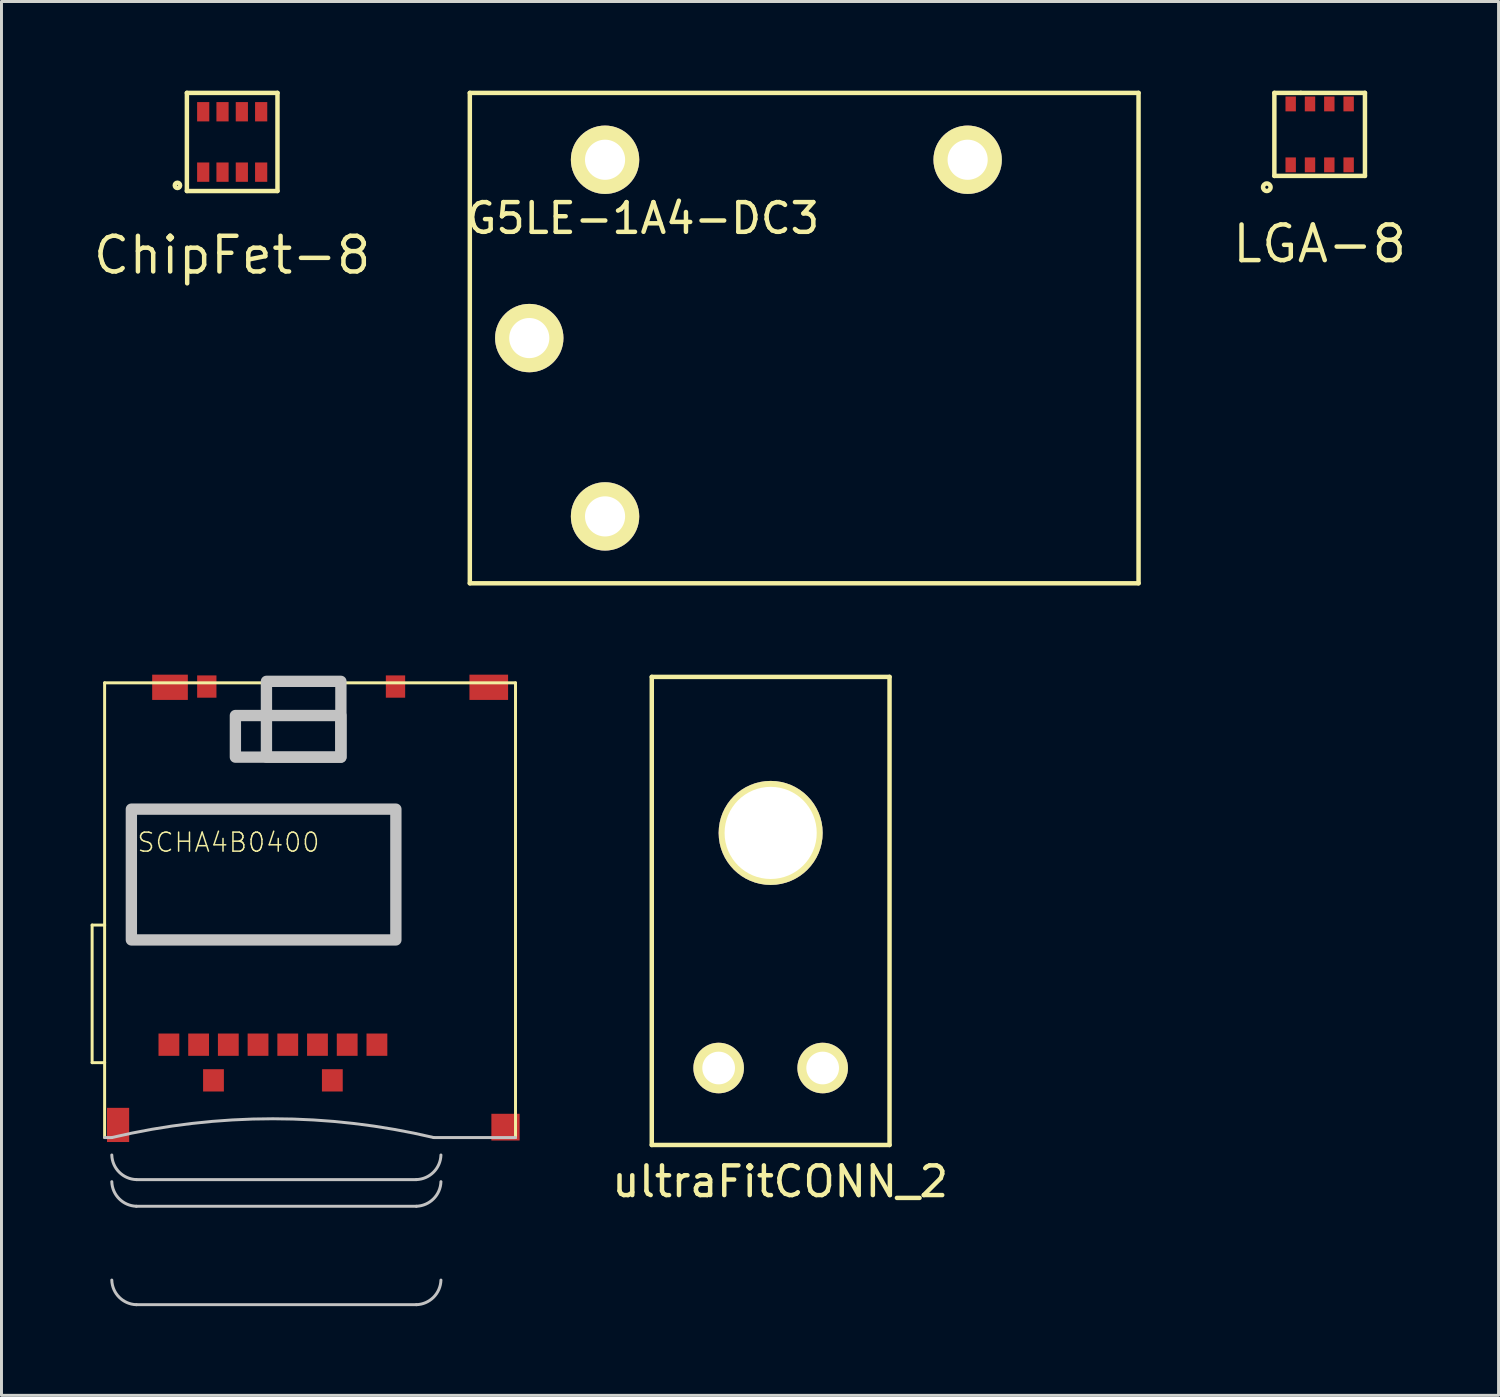
<source format=kicad_pcb>
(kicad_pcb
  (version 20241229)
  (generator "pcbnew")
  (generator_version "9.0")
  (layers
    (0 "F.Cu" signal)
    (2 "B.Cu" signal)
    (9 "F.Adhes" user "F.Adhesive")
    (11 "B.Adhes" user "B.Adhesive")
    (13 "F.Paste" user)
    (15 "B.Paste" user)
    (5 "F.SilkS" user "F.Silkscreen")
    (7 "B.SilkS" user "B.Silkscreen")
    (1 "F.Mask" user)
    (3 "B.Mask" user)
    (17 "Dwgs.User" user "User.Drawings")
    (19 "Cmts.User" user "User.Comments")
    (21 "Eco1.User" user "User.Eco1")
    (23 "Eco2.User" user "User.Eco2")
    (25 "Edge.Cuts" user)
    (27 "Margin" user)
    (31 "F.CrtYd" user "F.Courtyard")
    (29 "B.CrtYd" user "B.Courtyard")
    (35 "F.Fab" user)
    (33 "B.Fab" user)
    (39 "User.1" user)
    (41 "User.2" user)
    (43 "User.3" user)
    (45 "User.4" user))
  (footprint "ChipFet-8"
    (layer "F.Cu")
    (at 3.746 2.742)
    (property "Reference" "ChipFet-8" (at 1.016 2.794 180) (layer "F.SilkS") (effects (font (size 1.2 1.2) (thickness 0.15))))
    (attr through_hole)
    (fp_line (start -0.508 -2.667) (end -0.508 0.635) (stroke (width 0.15) (type solid)) (layer "F.SilkS"))
    (fp_line (start -0.508 0.635) (end 2.54 0.635) (stroke (width 0.15) (type solid)) (layer "F.SilkS"))
    (fp_line (start 2.54 -2.667) (end -0.508 -2.667) (stroke (width 0.15) (type solid)) (layer "F.SilkS"))
    (fp_line (start 2.54 0.635) (end 2.54 -2.667) (stroke (width 0.15) (type solid)) (layer "F.SilkS"))
    (fp_circle (center -0.826 0.445) (end -0.762 0.508) (stroke (width 0.15) (type solid)) (fill no) (layer "F.SilkS"))
    (pad "1" smd rect (at 0.041 0) (size 0.41 0.65) (layers "F.Cu" "F.Mask" "F.Paste"))
    (pad "2" smd rect (at 0.691 0) (size 0.41 0.65) (layers "F.Cu" "F.Mask" "F.Paste"))
    (pad "3" smd rect (at 1.341 0) (size 0.41 0.65) (layers "F.Cu" "F.Mask" "F.Paste"))
    (pad "4" smd rect (at 1.991 0) (size 0.41 0.65) (layers "F.Cu" "F.Mask" "F.Paste"))
    (pad "5" smd rect (at 1.991 -2.032) (size 0.41 0.65) (layers "F.Cu" "F.Mask" "F.Paste"))
    (pad "6" smd rect (at 1.341 -2.032) (size 0.41 0.65) (layers "F.Cu" "F.Mask" "F.Paste"))
    (pad "7" smd rect (at 0.691 -2.032) (size 0.41 0.65) (layers "F.Cu" "F.Mask" "F.Paste"))
    (pad "8" smd rect (at 0.041 -2.032) (size 0.41 0.65) (layers "F.Cu" "F.Mask" "F.Paste")))
  (footprint "LGA-8"
    (layer "F.Cu")
    (at 41.352 1.472)
    (property "Reference" "LGA-8" (at 0 3.683 180) (layer "F.SilkS") (effects (font (size 1.2 1.2) (thickness 0.15))))
    (attr through_hole)
    (fp_line (start -1.524 -1.397) (end -1.524 1.397) (stroke (width 0.15) (type solid)) (layer "F.SilkS"))
    (fp_line (start -1.524 1.397) (end 1.524 1.397) (stroke (width 0.15) (type solid)) (layer "F.SilkS"))
    (fp_line (start -0.635 -1.397) (end -1.524 -1.397) (stroke (width 0.15) (type solid)) (layer "F.SilkS"))
    (fp_line (start 1.524 -1.397) (end -0.635 -1.397) (stroke (width 0.15) (type solid)) (layer "F.SilkS"))
    (fp_line (start 1.524 1.397) (end 1.524 -1.397) (stroke (width 0.15) (type solid)) (layer "F.SilkS"))
    (fp_circle (center -1.778 1.778) (end -1.651 1.778) (stroke (width 0.15) (type solid)) (fill no) (layer "F.SilkS"))
    (pad "1" smd rect (at -0.975 1.025) (size 0.35 0.5) (layers "F.Cu" "F.Mask" "F.Paste"))
    (pad "2" smd rect (at -0.325 1.025) (size 0.35 0.5) (layers "F.Cu" "F.Mask" "F.Paste"))
    (pad "3" smd rect (at 0.325 1.025) (size 0.35 0.5) (layers "F.Cu" "F.Mask" "F.Paste"))
    (pad "4" smd rect (at 0.975 1.025) (size 0.35 0.5) (layers "F.Cu" "F.Mask" "F.Paste"))
    (pad "5" smd rect (at 0.975 -1.025) (size 0.35 0.5) (layers "F.Cu" "F.Mask" "F.Paste"))
    (pad "6" smd rect (at 0.325 -1.025) (size 0.35 0.5) (layers "F.Cu" "F.Mask" "F.Paste"))
    (pad "7" smd rect (at -0.325 -1.025) (size 0.35 0.5) (layers "F.Cu" "F.Mask" "F.Paste"))
    (pad "8" smd rect (at -0.975 -1.025) (size 0.35 0.5) (layers "F.Cu" "F.Mask" "F.Paste")))
  (footprint "SCHA4B0400"
    (layer "F.Cu")
    (at 0.47 35.225)
    (property "Reference" "SCHA4B0400" (at 4.166 -9.931 0) (layer "F.SilkS") (effects (font (size 0.64 0.64) (thickness 0.05))))
    (attr smd)
    (fp_line (start -0.42 -7.15) (end -0.42 -2.52) (stroke (width 0.1) (type solid)) (layer "F.SilkS"))
    (fp_line (start -0.42 -2.52) (end 0 -2.52) (stroke (width 0.1) (type solid)) (layer "F.SilkS"))
    (fp_line (start 0 -15.3) (end 0 -7.15) (stroke (width 0.1) (type solid)) (layer "F.SilkS"))
    (fp_line (start 0 -7.15) (end -0.42 -7.15) (stroke (width 0.1) (type solid)) (layer "F.SilkS"))
    (fp_line (start 0 -7.15) (end 0 -2.52) (stroke (width 0.1) (type solid)) (layer "F.SilkS"))
    (fp_line (start 0 -2.52) (end 0 0) (stroke (width 0.1) (type solid)) (layer "F.SilkS"))
    (fp_line (start 13.825 -15.3) (end 0 -15.3) (stroke (width 0.1) (type solid)) (layer "F.SilkS"))
    (fp_line (start 13.825 0) (end 13.825 -15.3) (stroke (width 0.1) (type solid)) (layer "F.SilkS"))
    (fp_line (start 0 0) (end 0.241 0) (stroke (width 0.1) (type solid)) (layer "Dwgs.User"))
    (fp_line (start 1.069 1.415) (end 10.488 1.415) (stroke (width 0.1) (type solid)) (layer "Dwgs.User"))
    (fp_line (start 1.069 2.312) (end 10.488 2.312) (stroke (width 0.1) (type solid)) (layer "Dwgs.User"))
    (fp_line (start 1.069 5.623) (end 10.488 5.623) (stroke (width 0.1) (type solid)) (layer "Dwgs.User"))
    (fp_line (start 11.075 0) (end 13.825 0) (stroke (width 0.1) (type solid)) (layer "Dwgs.User"))
    (fp_arc (start 0.253414 -0.002816) (mid 5.664121 -0.632214) (end 11.0745 0) (stroke (width 0.1) (type solid)) (layer "Dwgs.User"))
    (fp_arc (start 1.069239 2.311492) (mid 0.491248 2.061568) (end 0.2415 1.4835) (stroke (width 0.1) (type solid)) (layer "Dwgs.User"))
    (fp_arc (start 1.069239 5.623492) (mid 0.491248 5.373568) (end 0.2415 4.7955) (stroke (width 0.1) (type solid)) (layer "Dwgs.User"))
    (fp_arc (start 1.069244 1.414487) (mid 0.491251 1.164566) (end 0.2415 0.5865) (stroke (width 0.1) (type solid)) (layer "Dwgs.User"))
    (fp_arc (start 11.316 0.5865) (mid 11.066238 1.164593) (end 10.488219 1.414527) (stroke (width 0.1) (type solid)) (layer "Dwgs.User"))
    (fp_arc (start 11.316 1.4835) (mid 11.066242 2.061595) (end 10.488224 2.311532) (stroke (width 0.1) (type solid)) (layer "Dwgs.User"))
    (fp_arc (start 11.316 4.7955) (mid 11.066242 5.373595) (end 10.488224 5.623532) (stroke (width 0.1) (type solid)) (layer "Dwgs.User"))
    (fp_poly (pts (xy 0.9 -11.05) (xy 9.8 -11.05) (xy 9.8 -6.65) (xy 0.9 -6.65)) (stroke (width 0.381) (type solid)) (fill no) (layer "Dwgs.User"))
    (fp_poly (pts (xy 4.4 -14.2) (xy 7.95 -14.2) (xy 7.95 -12.8) (xy 4.4 -12.8)) (stroke (width 0.381) (type solid)) (fill no) (layer "Dwgs.User"))
    (fp_poly (pts (xy 5.445 -15.35) (xy 7.95 -15.35) (xy 7.95 -12.8) (xy 5.445 -12.8)) (stroke (width 0.381) (type solid)) (fill no) (layer "Dwgs.User"))
    (pad "!CS!" smd rect (at 8.162 -3.125) (size 0.7 0.75) (layers "F.Cu" "F.Mask" "F.Paste"))
    (pad "CD" smd rect (at 3.438 -15.175) (size 0.65 0.75) (layers "F.Cu" "F.Mask" "F.Paste"))
    (pad "CLK" smd rect (at 5.162 -3.125) (size 0.7 0.75) (layers "F.Cu" "F.Mask" "F.Paste"))
    (pad "GND" smd rect (at 3.663 -1.925) (size 0.7 0.75) (layers "F.Cu" "F.Mask" "F.Paste"))
    (pad "GND@" smd rect (at 7.662 -1.925) (size 0.7 0.75) (layers "F.Cu" "F.Mask" "F.Paste"))
    (pad "GND@" smd rect (at 9.787 -15.175) (size 0.65 0.75) (layers "F.Cu" "F.Mask" "F.Paste"))
    (pad "MISO" smd rect (at 3.163 -3.125) (size 0.7 0.75) (layers "F.Cu" "F.Mask" "F.Paste"))
    (pad "MOSI" smd rect (at 7.162 -3.125) (size 0.7 0.75) (layers "F.Cu" "F.Mask" "F.Paste"))
    (pad "NC/N" smd rect (at 2.163 -3.125) (size 0.7 0.75) (layers "F.Cu" "F.Mask" "F.Paste"))
    (pad "NC/N" smd rect (at 9.162 -3.125) (size 0.7 0.75) (layers "F.Cu" "F.Mask" "F.Paste"))
    (pad "SHIE" smd rect (at 0.453 -0.425) (size 0.745 1.15) (layers "F.Cu" "F.Mask" "F.Paste"))
    (pad "SHIE" smd rect (at 2.2 -15.15) (size 1.2 0.85) (layers "F.Cu" "F.Mask" "F.Paste"))
    (pad "SHIE" smd rect (at 12.925 -15.15) (size 1.3 0.85) (layers "F.Cu" "F.Mask" "F.Paste"))
    (pad "SHIE" smd rect (at 13.488 -0.35) (size 0.95 0.9) (layers "F.Cu" "F.Mask" "F.Paste"))
    (pad "VDD" smd rect (at 6.162 -3.125) (size 0.7 0.75) (layers "F.Cu" "F.Mask" "F.Paste"))
    (pad "VSS" smd rect (at 4.162 -3.125) (size 0.7 0.75) (layers "F.Cu" "F.Mask" "F.Paste")))
  (footprint "ultraFitCONN_2"
    (layer "F.Cu")
    (at 22.88 24.975)
    (property "Reference" "ultraFitCONN_2" (at 0.32 11.73 0) (layer "F.SilkS") (effects (font (size 1 1) (thickness 0.15))))
    (attr through_hole)
    (fp_line (start -4 -5.25) (end -4 10.5) (stroke (width 0.15) (type solid)) (layer "F.SilkS"))
    (fp_line (start -4 -5.25) (end 4 -5.25) (stroke (width 0.15) (type solid)) (layer "F.SilkS"))
    (fp_line (start -4 10.5) (end 4 10.5) (stroke (width 0.15) (type solid)) (layer "F.SilkS"))
    (fp_line (start 4 10.5) (end 4 -5.25) (stroke (width 0.15) (type solid)) (layer "F.SilkS"))
    (pad "" np_thru_hole circle (at 0 0) (size 3.5 3.5) (drill 3.1) (layers "*.Cu" "*.Mask" "F.SilkS"))
    (pad "1" thru_hole circle (at 1.75 7.91) (size 1.7 1.7) (drill 1.1) (layers "*.Cu" "*.Mask" "F.SilkS"))
    (pad "2" thru_hole circle (at -1.75 7.91) (size 1.7 1.7) (drill 1.1) (layers "*.Cu" "*.Mask" "F.SilkS")))
  (footprint "G5LE-1A4-DC3"
    (layer "F.Cu")
    (at 17.308 14.325)
    (property "Reference" "G5LE-1A4-DC3" (at 1.27 -10.03 0) (layer "F.SilkS") (effects (font (size 1 1) (thickness 0.15))))
    (attr through_hole)
    (fp_line (start -4.55 -14.25) (end -4.55 2.25) (stroke (width 0.15) (type solid)) (layer "F.SilkS"))
    (fp_line (start -4.55 -14.25) (end 17.95 -14.25) (stroke (width 0.15) (type solid)) (layer "F.SilkS"))
    (fp_line (start -4.55 2.25) (end 17.95 2.25) (stroke (width 0.15) (type solid)) (layer "F.SilkS"))
    (fp_line (start 17.95 -14.25) (end 17.95 2.25) (stroke (width 0.15) (type solid)) (layer "F.SilkS"))
    (pad "1" thru_hole circle (at -2.55 -6) (size 2.3 2.3) (drill 1.35) (layers "*.Cu" "*.Mask" "F.SilkS"))
    (pad "2" thru_hole circle (at 0 -12) (size 2.3 2.3) (drill 1.35) (layers "*.Cu" "*.Mask" "F.SilkS"))
    (pad "3" thru_hole circle (at 12.2 -12) (size 2.3 2.3) (drill 1.35) (layers "*.Cu" "*.Mask" "F.SilkS"))
    (pad "4" thru_hole circle (at 0 0) (size 2.3 2.3) (drill 1.35) (layers "*.Cu" "*.Mask" "F.SilkS")))
  (gr_rect
    (start -3 -3)
    (end 47.371 43.899)
    (stroke (width 0.1) (type default))
    (fill no)
    (layer "Edge.Cuts")))
</source>
